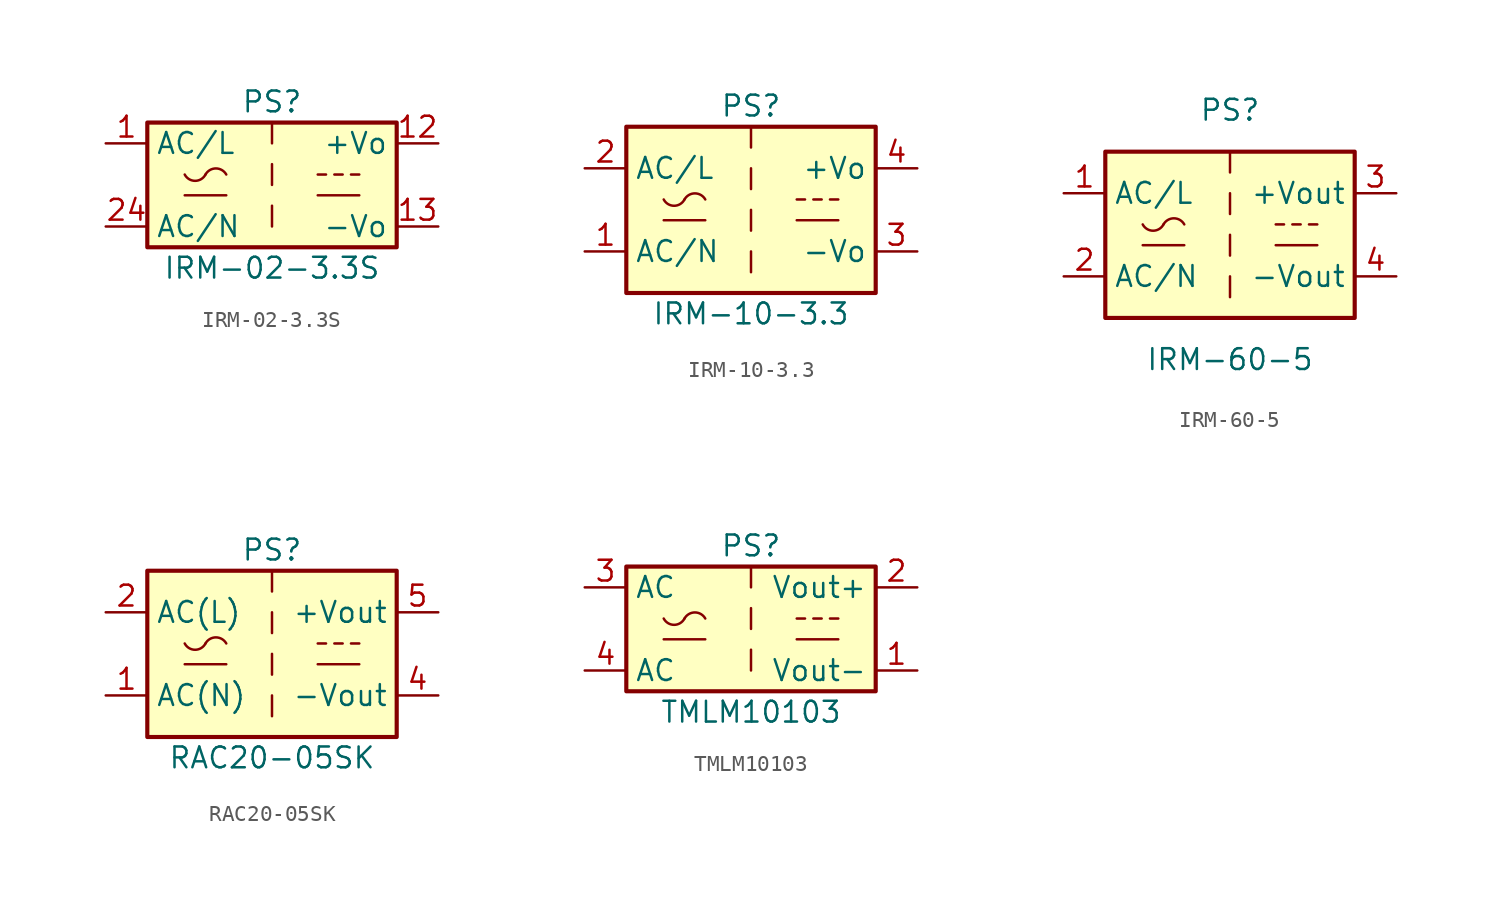
<source format=kicad_sym>
(kicad_symbol_lib
  (version 20201005)
  (generator kicad_symbol_editor)
  (symbol "Converter_ACDC:IRM-02-3.3S"
    (property "Reference" "PS"
      (at 0 5.08 0)
      (effects (font (size 1.27 1.27))))
    (property "Value" "IRM-02-3.3S"
      (at 0 -5.08 0)
      (effects (font (size 1.27 1.27))))
    (symbol "IRM-02-3.3S_1_1"
      (arc (start -5.334 0.635) (end -4.064 0.635) (radius (at -4.699 0.9652) (length 0.7112) (angles -152.5 -27.5)) (stroke (width 0)) (fill (type none)))
      (arc (start -2.794 0.635) (end -4.064 0.635) (radius (at -3.429 0.2794) (length 0.7366) (angles 29.2 150.8)) (stroke (width 0)) (fill (type none)))
      (rectangle (start -7.62 3.81) (end 7.62 -3.81) (stroke (width 0.254)) (fill (type background)))
      (polyline (pts (xy -5.334 -0.635) (xy -2.794 -0.635)) (stroke (width 0)) (fill (type none)))
      (polyline (pts (xy 0 -1.27) (xy 0 -2.54)) (stroke (width 0)) (fill (type none)))
      (polyline (pts (xy 0 1.27) (xy 0 0)) (stroke (width 0)) (fill (type none)))
      (polyline (pts (xy 0 3.81) (xy 0 2.54)) (stroke (width 0)) (fill (type none)))
      (polyline (pts (xy 2.794 -0.635) (xy 5.334 -0.635)) (stroke (width 0)) (fill (type none)))
      (polyline (pts (xy 2.794 0.635) (xy 3.302 0.635)) (stroke (width 0)) (fill (type none)))
      (polyline (pts (xy 3.81 0.635) (xy 4.318 0.635)) (stroke (width 0)) (fill (type none)))
      (polyline (pts (xy 4.826 0.635) (xy 5.334 0.635)) (stroke (width 0)) (fill (type none)))
      (pin power_in line (at -10.16 2.54 0) (length 2.54) (name "AC/L" (effects (font (size 1.27 1.27)))) (number "1" (effects (font (size 1.27 1.27)))))
      (pin power_out line (at 10.16 2.54 180) (length 2.54) (name "+Vo" (effects (font (size 1.27 1.27)))) (number "12" (effects (font (size 1.27 1.27)))))
      (pin power_out line (at 10.16 -2.54 180) (length 2.54) (name "-Vo" (effects (font (size 1.27 1.27)))) (number "13" (effects (font (size 1.27 1.27)))))
      (pin power_in line (at -10.16 -2.54 0) (length 2.54) (name "AC/N" (effects (font (size 1.27 1.27)))) (number "24" (effects (font (size 1.27 1.27)))))))
  (symbol "Converter_ACDC:IRM-10-3.3"
    (property "Reference" "PS"
      (at 0 6.35 0)
      (effects (font (size 1.27 1.27))))
    (property "Value" "IRM-10-3.3"
      (at 0 -6.35 0)
      (effects (font (size 1.27 1.27))))
    (symbol "IRM-10-3.3_0_1"
      (arc (start -5.334 0.635) (end -4.064 0.635) (radius (at -4.699 0.9652) (length 0.7112) (angles -152.5 -27.5)) (stroke (width 0)) (fill (type none)))
      (arc (start -2.794 0.635) (end -4.064 0.635) (radius (at -3.429 0.2794) (length 0.7366) (angles 29.2 150.8)) (stroke (width 0)) (fill (type none)))
      (rectangle (start -7.62 5.08) (end 7.62 -5.08) (stroke (width 0.254)) (fill (type background)))
      (polyline (pts (xy -5.334 -0.635) (xy -2.794 -0.635)) (stroke (width 0)) (fill (type none)))
      (polyline (pts (xy 0 -2.54) (xy 0 -3.81)) (stroke (width 0)) (fill (type none)))
      (polyline (pts (xy 0 0) (xy 0 -1.27)) (stroke (width 0)) (fill (type none)))
      (polyline (pts (xy 0 2.54) (xy 0 1.27)) (stroke (width 0)) (fill (type none)))
      (polyline (pts (xy 0 5.08) (xy 0 3.81)) (stroke (width 0)) (fill (type none)))
      (polyline (pts (xy 2.794 -0.635) (xy 5.334 -0.635)) (stroke (width 0)) (fill (type none)))
      (polyline (pts (xy 2.794 0.635) (xy 3.302 0.635)) (stroke (width 0)) (fill (type none)))
      (polyline (pts (xy 3.81 0.635) (xy 4.318 0.635)) (stroke (width 0)) (fill (type none)))
      (polyline (pts (xy 4.826 0.635) (xy 5.334 0.635)) (stroke (width 0)) (fill (type none))))
    (symbol "IRM-10-3.3_1_1"
      (pin power_in line (at -10.16 -2.54 0) (length 2.54) (name "AC/N" (effects (font (size 1.27 1.27)))) (number "1" (effects (font (size 1.27 1.27)))))
      (pin power_in line (at -10.16 2.54 0) (length 2.54) (name "AC/L" (effects (font (size 1.27 1.27)))) (number "2" (effects (font (size 1.27 1.27)))))
      (pin power_out line (at 10.16 -2.54 180) (length 2.54) (name "-Vo" (effects (font (size 1.27 1.27)))) (number "3" (effects (font (size 1.27 1.27)))))
      (pin power_out line (at 10.16 2.54 180) (length 2.54) (name "+Vo" (effects (font (size 1.27 1.27)))) (number "4" (effects (font (size 1.27 1.27)))))))
  (symbol "Converter_ACDC:IRM-60-5"
    (property "Reference" "PS"
      (at 0 7.62 0)
      (effects (font (size 1.27 1.27))))
    (property "Value" "IRM-60-5"
      (at 0 -7.62 0)
      (effects (font (size 1.27 1.27))))
    (symbol "IRM-60-5_1_1"
      (arc (start -5.334 0.635) (end -4.064 0.635) (radius (at -4.699 0.9652) (length 0.7112) (angles -152.5 -27.5)) (stroke (width 0)) (fill (type none)))
      (arc (start -2.794 0.635) (end -4.064 0.635) (radius (at -3.429 0.2794) (length 0.7366) (angles 29.2 150.8)) (stroke (width 0)) (fill (type none)))
      (rectangle (start -7.62 5.08) (end 7.62 -5.08) (stroke (width 0.254)) (fill (type background)))
      (polyline (pts (xy -5.334 -0.635) (xy -2.794 -0.635)) (stroke (width 0)) (fill (type none)))
      (polyline (pts (xy 0 -2.54) (xy 0 -3.81)) (stroke (width 0)) (fill (type none)))
      (polyline (pts (xy 0 0) (xy 0 -1.27)) (stroke (width 0)) (fill (type none)))
      (polyline (pts (xy 0 2.54) (xy 0 1.27)) (stroke (width 0)) (fill (type none)))
      (polyline (pts (xy 0 5.08) (xy 0 3.81)) (stroke (width 0)) (fill (type none)))
      (polyline (pts (xy 2.794 -0.635) (xy 5.334 -0.635)) (stroke (width 0)) (fill (type none)))
      (polyline (pts (xy 2.794 0.635) (xy 3.302 0.635)) (stroke (width 0)) (fill (type none)))
      (polyline (pts (xy 3.81 0.635) (xy 4.318 0.635)) (stroke (width 0)) (fill (type none)))
      (polyline (pts (xy 4.826 0.635) (xy 5.334 0.635)) (stroke (width 0)) (fill (type none)))
      (pin power_in line (at -10.16 2.54 0) (length 2.54) (name "AC/L" (effects (font (size 1.27 1.27)))) (number "1" (effects (font (size 1.27 1.27)))))
      (pin power_in line (at -10.16 -2.54 0) (length 2.54) (name "AC/N" (effects (font (size 1.27 1.27)))) (number "2" (effects (font (size 1.27 1.27)))))
      (pin power_out line (at 10.16 2.54 180) (length 2.54) (name "+Vout" (effects (font (size 1.27 1.27)))) (number "3" (effects (font (size 1.27 1.27)))))
      (pin power_out line (at 10.16 -2.54 180) (length 2.54) (name "-Vout" (effects (font (size 1.27 1.27)))) (number "4" (effects (font (size 1.27 1.27)))))))
  (symbol "Converter_ACDC:RAC20-05SK"
    (property "Reference" "PS"
      (at 0 6.35 0)
      (effects (font (size 1.27 1.27))))
    (property "Value" "RAC20-05SK"
      (at 0 -6.35 0)
      (effects (font (size 1.27 1.27))))
    (symbol "RAC20-05SK_1_1"
      (arc (start -5.334 0.635) (end -4.064 0.635) (radius (at -4.699 0.9652) (length 0.7112) (angles -152.5 -27.5)) (stroke (width 0)) (fill (type none)))
      (arc (start -2.794 0.635) (end -4.064 0.635) (radius (at -3.429 0.2794) (length 0.7366) (angles 29.2 150.8)) (stroke (width 0)) (fill (type none)))
      (rectangle (start -7.62 5.08) (end 7.62 -5.08) (stroke (width 0.254)) (fill (type background)))
      (polyline (pts (xy -5.334 -0.635) (xy -2.794 -0.635)) (stroke (width 0)) (fill (type none)))
      (polyline (pts (xy 0 -2.54) (xy 0 -3.81)) (stroke (width 0)) (fill (type none)))
      (polyline (pts (xy 0 0) (xy 0 -1.27)) (stroke (width 0)) (fill (type none)))
      (polyline (pts (xy 0 2.54) (xy 0 1.27)) (stroke (width 0)) (fill (type none)))
      (polyline (pts (xy 0 5.08) (xy 0 3.81)) (stroke (width 0)) (fill (type none)))
      (polyline (pts (xy 2.794 -0.635) (xy 5.334 -0.635)) (stroke (width 0)) (fill (type none)))
      (polyline (pts (xy 2.794 0.635) (xy 3.302 0.635)) (stroke (width 0)) (fill (type none)))
      (polyline (pts (xy 3.81 0.635) (xy 4.318 0.635)) (stroke (width 0)) (fill (type none)))
      (polyline (pts (xy 4.826 0.635) (xy 5.334 0.635)) (stroke (width 0)) (fill (type none)))
      (pin power_in line (at -10.16 -2.54 0) (length 2.54) (name "AC(N)" (effects (font (size 1.27 1.27)))) (number "1" (effects (font (size 1.27 1.27)))))
      (pin power_in line (at -10.16 2.54 0) (length 2.54) (name "AC(L)" (effects (font (size 1.27 1.27)))) (number "2" (effects (font (size 1.27 1.27)))))
      (pin power_out line (at 10.16 -2.54 180) (length 2.54) (name "-Vout" (effects (font (size 1.27 1.27)))) (number "4" (effects (font (size 1.27 1.27)))))
      (pin power_out line (at 10.16 2.54 180) (length 2.54) (name "+Vout" (effects (font (size 1.27 1.27)))) (number "5" (effects (font (size 1.27 1.27)))))))
  (symbol "Converter_ACDC:TMLM10103"
    (property "Reference" "PS"
      (at 0 5.08 0)
      (effects (font (size 1.27 1.27))))
    (property "Value" "TMLM10103"
      (at 0 -5.08 0)
      (effects (font (size 1.27 1.27))))
    (symbol "TMLM10103_0_1"
      (arc (start -5.334 0.635) (end -4.064 0.635) (radius (at -4.699 0.9652) (length 0.7112) (angles -152.5 -27.5)) (stroke (width 0)) (fill (type none)))
      (arc (start -2.794 0.635) (end -4.064 0.635) (radius (at -3.429 0.2794) (length 0.7366) (angles 29.2 150.8)) (stroke (width 0)) (fill (type none)))
      (rectangle (start -7.62 3.81) (end 7.62 -3.81) (stroke (width 0.254)) (fill (type background)))
      (polyline (pts (xy -5.334 -0.635) (xy -2.794 -0.635)) (stroke (width 0)) (fill (type none)))
      (polyline (pts (xy 2.794 -0.635) (xy 5.334 -0.635)) (stroke (width 0)) (fill (type none)))
      (polyline (pts (xy 2.794 0.635) (xy 3.302 0.635)) (stroke (width 0)) (fill (type none)))
      (polyline (pts (xy 3.81 0.635) (xy 4.318 0.635)) (stroke (width 0)) (fill (type none)))
      (polyline (pts (xy 4.826 0.635) (xy 5.334 0.635)) (stroke (width 0)) (fill (type none))))
    (symbol "TMLM10103_1_1"
      (polyline (pts (xy 0 -1.27) (xy 0 -2.54)) (stroke (width 0)) (fill (type none)))
      (polyline (pts (xy 0 1.27) (xy 0 0)) (stroke (width 0)) (fill (type none)))
      (polyline (pts (xy 0 3.81) (xy 0 2.54)) (stroke (width 0)) (fill (type none)))
      (pin power_out line (at 10.16 -2.54 180) (length 2.54) (name "Vout-" (effects (font (size 1.27 1.27)))) (number "1" (effects (font (size 1.27 1.27)))))
      (pin power_out line (at 10.16 2.54 180) (length 2.54) (name "Vout+" (effects (font (size 1.27 1.27)))) (number "2" (effects (font (size 1.27 1.27)))))
      (pin power_in line (at -10.16 2.54 0) (length 2.54) (name "AC" (effects (font (size 1.27 1.27)))) (number "3" (effects (font (size 1.27 1.27)))))
      (pin power_in line (at -10.16 -2.54 0) (length 2.54) (name "AC" (effects (font (size 1.27 1.27)))) (number "4" (effects (font (size 1.27 1.27))))))))
</source>
